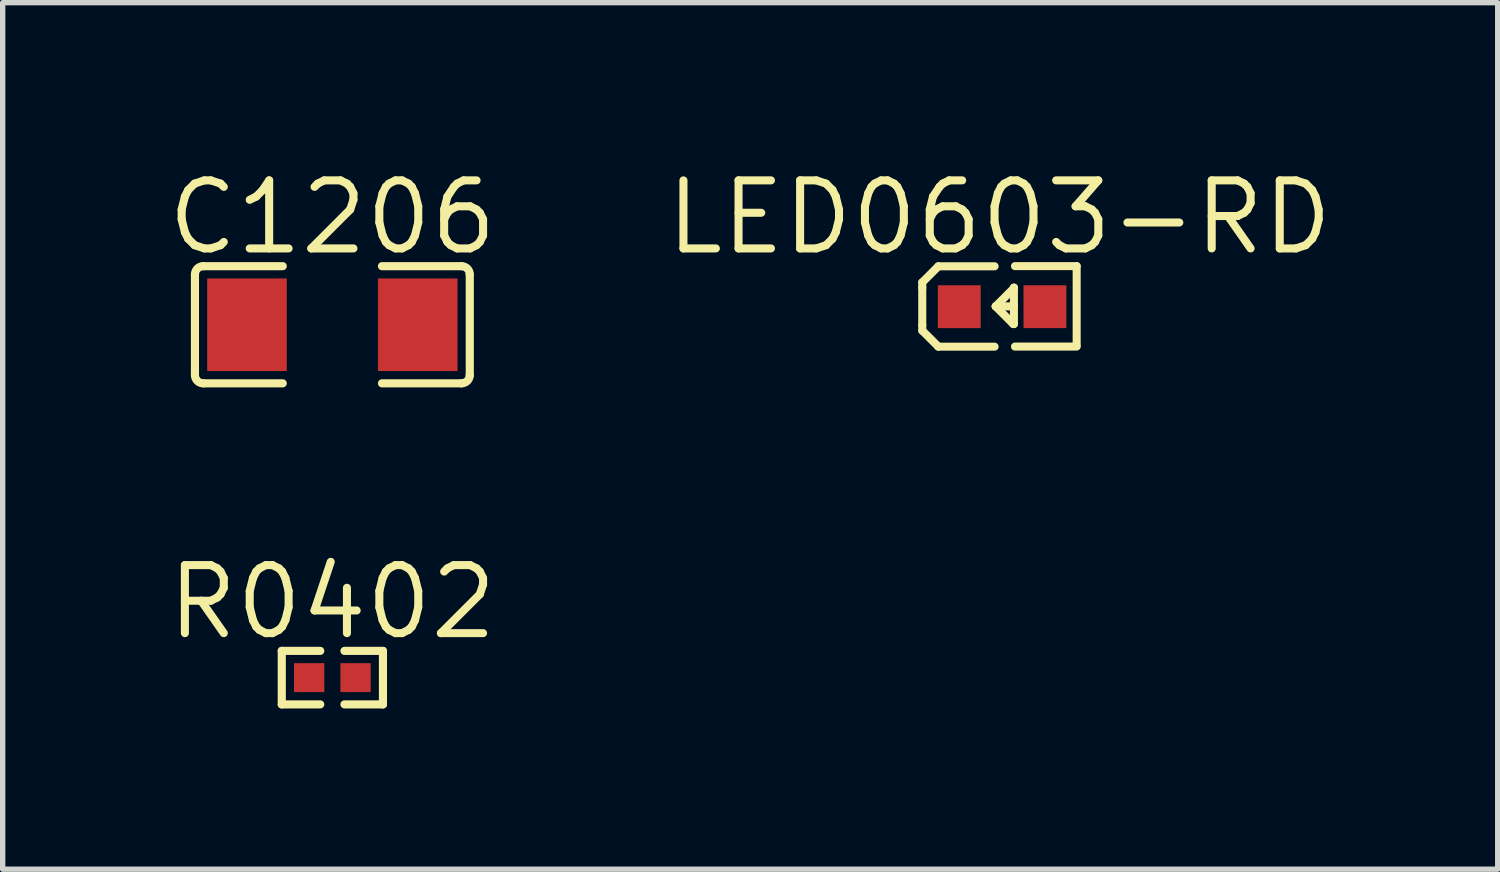
<source format=kicad_pcb>
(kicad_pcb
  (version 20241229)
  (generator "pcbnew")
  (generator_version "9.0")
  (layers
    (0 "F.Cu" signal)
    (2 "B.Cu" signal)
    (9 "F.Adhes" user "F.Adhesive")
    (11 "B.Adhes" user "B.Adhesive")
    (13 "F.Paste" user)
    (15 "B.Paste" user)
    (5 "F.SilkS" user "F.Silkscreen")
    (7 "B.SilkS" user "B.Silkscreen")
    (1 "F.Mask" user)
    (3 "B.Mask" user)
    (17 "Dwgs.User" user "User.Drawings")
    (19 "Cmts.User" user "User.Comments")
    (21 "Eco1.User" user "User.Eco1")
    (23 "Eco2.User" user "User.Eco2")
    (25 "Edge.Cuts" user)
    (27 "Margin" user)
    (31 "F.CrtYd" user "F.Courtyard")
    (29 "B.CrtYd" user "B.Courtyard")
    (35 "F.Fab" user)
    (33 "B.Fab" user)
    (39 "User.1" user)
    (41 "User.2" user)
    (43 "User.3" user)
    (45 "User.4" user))
  (footprint "C1206"
    (layer "F.Cu")
    (at 3.152 3.01)
    (property "Reference" "C1206" (at 0 -2.004 0) (layer "F.SilkS") (effects (font (size 1.27 1.27) (thickness 0.15))))
    (fp_line (start -2.564 0.94) (end -2.564 -0.94) (stroke (width 0.152) (type default)) (layer "F.SilkS"))
    (fp_line (start -2.411 -1.093) (end -0.926 -1.093) (stroke (width 0.152) (type default)) (layer "F.SilkS"))
    (fp_line (start -0.926 1.093) (end -2.411 1.093) (stroke (width 0.152) (type default)) (layer "F.SilkS"))
    (fp_line (start 0.926 1.093) (end 2.411 1.093) (stroke (width 0.152) (type default)) (layer "F.SilkS"))
    (fp_line (start 2.411 -1.093) (end 0.926 -1.093) (stroke (width 0.152) (type default)) (layer "F.SilkS"))
    (fp_line (start 2.564 0.94) (end 2.564 -0.94) (stroke (width 0.152) (type default)) (layer "F.SilkS"))
    (fp_arc (start -2.5636 -0.9402) (mid -2.518963 -1.047963) (end -2.4112 -1.0926) (stroke (width 0.1524) (type default)) (layer "F.SilkS"))
    (fp_arc (start -2.4112 1.0926) (mid -2.518963 1.047963) (end -2.5636 0.9402) (stroke (width 0.1524) (type default)) (layer "F.SilkS"))
    (fp_arc (start 2.4112 -1.0926) (mid 2.518963 -1.047963) (end 2.5636 -0.9402) (stroke (width 0.1524) (type default)) (layer "F.SilkS"))
    (fp_arc (start 2.5636 0.9402) (mid 2.518963 1.047963) (end 2.4112 1.0926) (stroke (width 0.1524) (type default)) (layer "F.SilkS"))
    (fp_circle (center -1.6 0.8) (end -1.57 0.8) (stroke (width 0.06) (type default)) (fill no) (layer "User.5"))
    (pad "1" smd rect (at -1.593 0) (size 1.485 1.728) (layers "F.Cu" "F.Mask" "F.Paste"))
    (pad "2" smd rect (at 1.593 0) (size 1.485 1.728) (layers "F.Cu" "F.Mask" "F.Paste"))
    (zone (net_name "") (layer "F.Paste") (hatch edge 0.5) (priority 100) (connect_pads yes) (min_thickness 0) (filled_areas_thickness no) (fill yes) (polygon (pts (xy 2.302 3.774) (xy 2.302 3.404) (xy 2.202 3.304) (xy 1.897 3.304) (xy 1.797 3.204) (xy 1.797 2.816) (xy 1.897 2.716) (xy 2.202 2.716) (xy 2.302 2.616) (xy 2.302 2.246) (xy 2.202 2.146) (xy 0.917 2.146) (xy 0.817 2.246) (xy 0.817 3.774) (xy 0.917 3.874) (xy 2.202 3.874))) (filled_polygon (layer "F.Paste") (island) (pts (xy 2.302 3.774) (xy 2.302 3.404) (xy 2.202 3.304) (xy 1.897 3.304) (xy 1.797 3.204) (xy 1.797 2.816) (xy 1.897 2.716) (xy 2.202 2.716) (xy 2.302 2.616) (xy 2.302 2.246) (xy 2.202 2.146) (xy 0.917 2.146) (xy 0.817 2.246) (xy 0.817 3.774) (xy 0.917 3.874) (xy 2.202 3.874))))
    (zone (net_name "") (layer "F.Paste") (hatch edge 0.5) (priority 100) (connect_pads yes) (min_thickness 0) (filled_areas_thickness no) (fill yes) (polygon (pts (xy 4.002 3.774) (xy 4.002 3.404) (xy 4.102 3.304) (xy 4.407 3.304) (xy 4.507 3.204) (xy 4.507 2.816) (xy 4.407 2.716) (xy 4.102 2.716) (xy 4.002 2.616) (xy 4.002 2.246) (xy 4.102 2.146) (xy 5.387 2.146) (xy 5.487 2.246) (xy 5.487 3.774) (xy 5.387 3.874) (xy 4.102 3.874))) (filled_polygon (layer "F.Paste") (island) (pts (xy 4.002 3.774) (xy 4.002 3.404) (xy 4.102 3.304) (xy 4.407 3.304) (xy 4.507 3.204) (xy 4.507 2.816) (xy 4.407 2.716) (xy 4.102 2.716) (xy 4.002 2.616) (xy 4.002 2.246) (xy 4.102 2.146) (xy 5.387 2.146) (xy 5.487 2.246) (xy 5.487 3.774) (xy 5.387 3.874) (xy 4.102 3.874))))
    (zone (net_name "") (layer "User.3") (hatch edge 0.5) (priority 100) (connect_pads yes) (min_thickness 0) (filled_areas_thickness no) (fill yes) (polygon (pts (xy 1.552 3.81) (xy 1.552 2.21) (xy 4.752 2.21) (xy 4.752 3.81))) (filled_polygon (layer "User.3") (island) (pts (xy 1.552 3.81) (xy 1.552 2.21) (xy 4.752 2.21) (xy 4.752 3.81))))
    (zone (net_name "") (layer "User.4") (hatch edge 0.5) (priority 100) (connect_pads yes) (min_thickness 0) (filled_areas_thickness no) (fill yes) (polygon (pts (xy 1.552 3.81) (xy 1.552 2.21) (xy 2.052 2.21) (xy 2.052 3.81))) (filled_polygon (layer "User.4") (island) (pts (xy 1.552 3.81) (xy 1.552 2.21) (xy 2.052 2.21) (xy 2.052 3.81))))
    (zone (net_name "") (layer "User.4") (hatch edge 0.5) (priority 100) (connect_pads yes) (min_thickness 0) (filled_areas_thickness no) (fill yes) (polygon (pts (xy 4.752 3.81) (xy 4.752 2.21) (xy 4.252 2.21) (xy 4.252 3.81))) (filled_polygon (layer "User.4") (island) (pts (xy 4.752 3.81) (xy 4.752 2.21) (xy 4.252 2.21) (xy 4.252 3.81)))))
  (footprint "R0402"
    (layer "F.Cu")
    (at 3.152 9.595)
    (property "Reference" "R0402" (at 0 -1.41 0) (layer "F.SilkS") (effects (font (size 1.27 1.27) (thickness 0.15))))
    (fp_line (start -0.944 -0.499) (end -0.226 -0.499) (stroke (width 0.152) (type default)) (layer "F.SilkS"))
    (fp_line (start -0.944 0.499) (end -0.944 -0.499) (stroke (width 0.152) (type default)) (layer "F.SilkS"))
    (fp_line (start -0.226 0.499) (end -0.944 0.499) (stroke (width 0.152) (type default)) (layer "F.SilkS"))
    (fp_line (start 0.226 0.499) (end 0.944 0.499) (stroke (width 0.152) (type default)) (layer "F.SilkS"))
    (fp_line (start 0.944 -0.499) (end 0.226 -0.499) (stroke (width 0.152) (type default)) (layer "F.SilkS"))
    (fp_line (start 0.944 0.499) (end 0.944 -0.499) (stroke (width 0.152) (type default)) (layer "F.SilkS"))
    (fp_circle (center -0.5 0.25) (end -0.47 0.25) (stroke (width 0.06) (type default)) (fill no) (layer "User.5"))
    (pad "1" smd rect (at -0.433 0) (size 0.566 0.54) (layers "F.Cu" "F.Mask" "F.Paste"))
    (pad "2" smd rect (at 0.433 0) (size 0.566 0.54) (layers "F.Cu" "F.Mask" "F.Paste"))
    (zone (net_name "") (layer "F.Paste") (hatch edge 0.5) (priority 100) (connect_pads yes) (min_thickness 0) (filled_areas_thickness no) (fill yes) (polygon (pts (xy 3.017 9.825) (xy 3.017 9.365) (xy 2.977 9.325) (xy 2.476 9.325) (xy 2.436 9.365) (xy 2.436 9.825) (xy 2.476 9.865) (xy 2.977 9.865))) (filled_polygon (layer "F.Paste") (island) (pts (xy 3.017 9.825) (xy 3.017 9.365) (xy 2.977 9.325) (xy 2.476 9.325) (xy 2.436 9.365) (xy 2.436 9.825) (xy 2.476 9.865) (xy 2.977 9.865))))
    (zone (net_name "") (layer "F.Paste") (hatch edge 0.5) (priority 100) (connect_pads yes) (min_thickness 0) (filled_areas_thickness no) (fill yes) (polygon (pts (xy 3.287 9.825) (xy 3.287 9.365) (xy 3.327 9.325) (xy 3.828 9.325) (xy 3.868 9.365) (xy 3.868 9.825) (xy 3.828 9.865) (xy 3.327 9.865))) (filled_polygon (layer "F.Paste") (island) (pts (xy 3.287 9.825) (xy 3.287 9.365) (xy 3.327 9.325) (xy 3.828 9.325) (xy 3.868 9.365) (xy 3.868 9.825) (xy 3.828 9.865) (xy 3.327 9.865))))
    (zone (net_name "") (layer "User.3") (hatch edge 0.5) (priority 100) (connect_pads yes) (min_thickness 0) (filled_areas_thickness no) (fill yes) (polygon (pts (xy 2.652 9.845) (xy 2.652 9.345) (xy 3.652 9.345) (xy 3.652 9.845))) (filled_polygon (layer "User.3") (island) (pts (xy 2.652 9.845) (xy 2.652 9.345) (xy 3.652 9.345) (xy 3.652 9.845))))
    (zone (net_name "") (layer "User.4") (hatch edge 0.5) (priority 100) (connect_pads yes) (min_thickness 0) (filled_areas_thickness no) (fill yes) (polygon (pts (xy 2.903 9.345) (xy 2.903 9.845) (xy 2.653 9.845) (xy 2.653 9.345))) (filled_polygon (layer "User.4") (island) (pts (xy 2.903 9.345) (xy 2.903 9.845) (xy 2.653 9.845) (xy 2.653 9.345))))
    (zone (net_name "") (layer "User.4") (hatch edge 0.5) (priority 100) (connect_pads yes) (min_thickness 0) (filled_areas_thickness no) (fill yes) (polygon (pts (xy 3.404 9.845) (xy 3.404 9.345) (xy 3.653 9.345) (xy 3.653 9.845))) (filled_polygon (layer "User.4") (island) (pts (xy 3.404 9.845) (xy 3.404 9.345) (xy 3.653 9.345) (xy 3.653 9.845)))))
  (footprint "LED0603-RD"
    (layer "F.Cu")
    (at 15.65 2.673)
    (property "Reference" "LED0603-RD" (at -0.05 -1.667 0) (layer "F.SilkS") (effects (font (size 1.27 1.27) (thickness 0.15))))
    (fp_line (start -1.49 -0.454) (end -1.19 -0.754) (stroke (width 0.15) (type default)) (layer "F.SilkS"))
    (fp_line (start -1.49 -0.354) (end -1.49 -0.454) (stroke (width 0.15) (type default)) (layer "F.SilkS"))
    (fp_line (start -1.49 -0.354) (end -1.49 0.346) (stroke (width 0.15) (type default)) (layer "F.SilkS"))
    (fp_line (start -1.49 0.346) (end -1.49 0.446) (stroke (width 0.15) (type default)) (layer "F.SilkS"))
    (fp_line (start -1.49 0.446) (end -1.19 0.746) (stroke (width 0.15) (type default)) (layer "F.SilkS"))
    (fp_line (start -0.14 -0.754) (end -1.19 -0.754) (stroke (width 0.15) (type default)) (layer "F.SilkS"))
    (fp_line (start -0.14 0.746) (end -1.19 0.746) (stroke (width 0.15) (type default)) (layer "F.SilkS"))
    (fp_line (start 0.21 0.324) (end -0.12 -0.006) (stroke (width 0.15) (type default)) (layer "F.SilkS"))
    (fp_line (start 0.22 -0.356) (end 0.22 -0.346) (stroke (width 0.15) (type default)) (layer "F.SilkS"))
    (fp_line (start 0.22 -0.356) (end 0.22 0.324) (stroke (width 0.15) (type default)) (layer "F.SilkS"))
    (fp_line (start 0.22 -0.346) (end -0.12 -0.006) (stroke (width 0.15) (type default)) (layer "F.SilkS"))
    (fp_line (start 0.22 -0.006) (end -0.12 -0.006) (stroke (width 0.15) (type default)) (layer "F.SilkS"))
    (fp_line (start 0.22 0.324) (end 0.21 0.324) (stroke (width 0.15) (type default)) (layer "F.SilkS"))
    (fp_line (start 0.24 -0.757) (end 1.391 -0.757) (stroke (width 0.15) (type default)) (layer "F.SilkS"))
    (fp_line (start 0.24 0.744) (end 1.391 0.744) (stroke (width 0.15) (type default)) (layer "F.SilkS"))
    (fp_line (start 1.391 -0.756) (end 1.391 0.723) (stroke (width 0.15) (type default)) (layer "F.SilkS"))
    (fp_circle (center -0.799 0.404) (end -0.769 0.404) (stroke (width 0.06) (type default)) (fill no) (layer "User.5"))
    (pad "1" smd rect (at -0.799 0.0001 90) (size 0.8 0.8) (layers "F.Cu" "F.Mask" "F.Paste"))
    (pad "2" smd rect (at 0.799 -0.0001 90) (size 0.8 0.8) (layers "F.Cu" "F.Mask" "F.Paste"))
    (zone (net_name "") (layer "Dwgs.User") (hatch edge 0.5) (priority 100) (connect_pads yes) (min_thickness 0) (filled_areas_thickness no) (fill yes) (polygon (pts (xy 14.58 2.611) (xy 15.12 2.611) (xy 15.12 2.741) (xy 14.58 2.741))) (filled_polygon (layer "Dwgs.User") (island) (pts (xy 14.58 2.611) (xy 15.12 2.611) (xy 15.12 2.741) (xy 14.58 2.741))))
    (zone (net_name "") (layer "Dwgs.User") (hatch edge 0.5) (priority 100) (connect_pads yes) (min_thickness 0) (filled_areas_thickness no) (fill yes) (polygon (pts (xy 16.179 2.604) (xy 16.719 2.604) (xy 16.719 2.734) (xy 16.179 2.734))) (filled_polygon (layer "Dwgs.User") (island) (pts (xy 16.179 2.604) (xy 16.719 2.604) (xy 16.719 2.734) (xy 16.179 2.734))))
    (zone (net_name "") (layer "Dwgs.User") (hatch edge 0.5) (priority 100) (connect_pads yes) (min_thickness 0) (filled_areas_thickness no) (fill yes) (polygon (pts (xy 16.385 2.94) (xy 16.385 2.4) (xy 16.515 2.4) (xy 16.515 2.94))) (filled_polygon (layer "Dwgs.User") (island) (pts (xy 16.385 2.94) (xy 16.385 2.4) (xy 16.515 2.4) (xy 16.515 2.94))))
    (zone (net_name "") (layer "User.3") (hatch edge 0.5) (priority 100) (connect_pads yes) (min_thickness 0) (filled_areas_thickness no) (fill yes) (polygon (pts (xy 14.851 3.073) (xy 14.851 2.273) (xy 16.451 2.273) (xy 16.451 3.073))) (filled_polygon (layer "User.3") (island) (pts (xy 14.851 3.073) (xy 14.851 2.273) (xy 16.451 2.273) (xy 16.451 3.073))))
    (zone (net_name "") (layer "User.4") (hatch edge 0.5) (priority 100) (connect_pads yes) (min_thickness 0) (filled_areas_thickness no) (fill yes) (polygon (pts (xy 14.851 3.076) (xy 14.851 2.276) (xy 15.151 2.276) (xy 15.151 3.076))) (filled_polygon (layer "User.4") (island) (pts (xy 14.851 3.076) (xy 14.851 2.276) (xy 15.151 2.276) (xy 15.151 3.076))))
    (zone (net_name "") (layer "User.4") (hatch edge 0.5) (priority 100) (connect_pads yes) (min_thickness 0) (filled_areas_thickness no) (fill yes) (polygon (pts (xy 16.151 3.069) (xy 16.151 2.269) (xy 16.451 2.269) (xy 16.451 3.069))) (filled_polygon (layer "User.4") (island) (pts (xy 16.151 3.069) (xy 16.151 2.269) (xy 16.451 2.269) (xy 16.451 3.069)))))
  (gr_rect
    (start -3 -3)
    (end 24.898 13.17)
    (stroke (width 0.1) (type default))
    (fill no)
    (layer "Edge.Cuts")))
</source>
